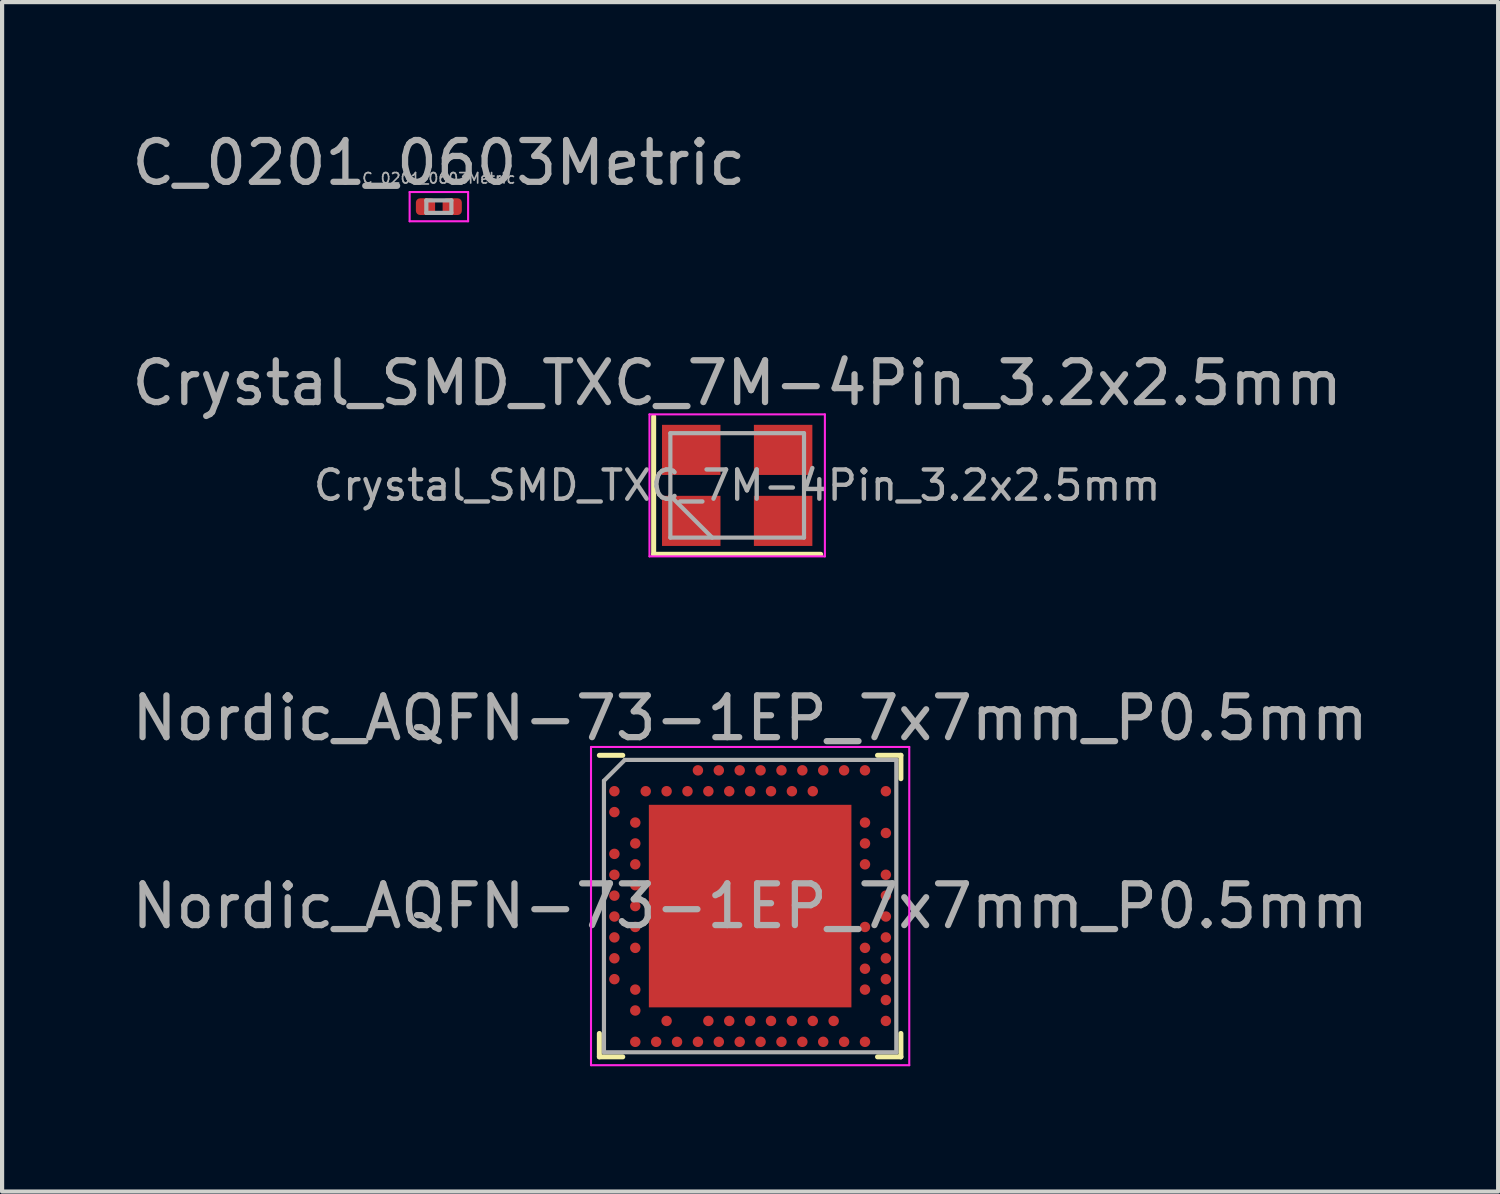
<source format=kicad_pcb>
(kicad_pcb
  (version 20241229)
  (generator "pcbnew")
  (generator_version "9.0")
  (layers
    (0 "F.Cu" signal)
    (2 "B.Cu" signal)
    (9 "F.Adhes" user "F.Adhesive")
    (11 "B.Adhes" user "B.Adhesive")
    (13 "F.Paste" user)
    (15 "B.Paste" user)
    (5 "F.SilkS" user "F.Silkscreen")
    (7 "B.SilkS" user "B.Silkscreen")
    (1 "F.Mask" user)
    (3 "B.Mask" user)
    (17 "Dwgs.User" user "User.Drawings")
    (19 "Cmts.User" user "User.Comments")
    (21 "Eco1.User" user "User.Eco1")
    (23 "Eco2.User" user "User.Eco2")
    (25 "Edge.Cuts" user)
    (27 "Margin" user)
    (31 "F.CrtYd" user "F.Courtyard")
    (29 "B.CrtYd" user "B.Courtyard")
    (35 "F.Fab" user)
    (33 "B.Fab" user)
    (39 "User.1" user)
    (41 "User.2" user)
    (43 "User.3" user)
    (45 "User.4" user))
  (footprint "Nordic_AQFN-73-1EP_7x7mm_P0.5mm"
    (layer "F.Cu")
    (at 14.911 18.645)
    (property "Reference" "Nordic_AQFN-73-1EP_7x7mm_P0.5mm" (at 0 -4.5 0) (layer "F.Fab") (effects (font (size 1 1) (thickness 0.15))))
    (attr smd)
    (fp_line (start -3.61 -3.61) (end -3.05 -3.61) (stroke (width 0.12) (type solid)) (layer "F.SilkS"))
    (fp_line (start -3.61 3.61) (end -3.61 3.05) (stroke (width 0.12) (type solid)) (layer "F.SilkS"))
    (fp_line (start -3.61 3.61) (end -3.05 3.61) (stroke (width 0.12) (type solid)) (layer "F.SilkS"))
    (fp_line (start 3.61 -3.61) (end 3.05 -3.61) (stroke (width 0.12) (type solid)) (layer "F.SilkS"))
    (fp_line (start 3.61 -3.61) (end 3.61 -3.05) (stroke (width 0.12) (type solid)) (layer "F.SilkS"))
    (fp_line (start 3.61 3.61) (end 3.05 3.61) (stroke (width 0.12) (type solid)) (layer "F.SilkS"))
    (fp_line (start 3.61 3.61) (end 3.61 3.05) (stroke (width 0.12) (type solid)) (layer "F.SilkS"))
    (fp_line (start -3.81 -3.81) (end 3.81 -3.81) (stroke (width 0.05) (type solid)) (layer "F.CrtYd"))
    (fp_line (start -3.81 3.81) (end -3.81 -3.81) (stroke (width 0.05) (type solid)) (layer "F.CrtYd"))
    (fp_line (start 3.81 -3.81) (end 3.81 3.81) (stroke (width 0.05) (type solid)) (layer "F.CrtYd"))
    (fp_line (start 3.81 3.81) (end -3.81 3.81) (stroke (width 0.05) (type solid)) (layer "F.CrtYd"))
    (fp_line (start -3.5 -3) (end -3.5 3.5) (stroke (width 0.1) (type solid)) (layer "F.Fab"))
    (fp_line (start -3.5 -3) (end -3 -3.5) (stroke (width 0.1) (type solid)) (layer "F.Fab"))
    (fp_line (start -3.5 3.5) (end 3.5 3.5) (stroke (width 0.1) (type solid)) (layer "F.Fab"))
    (fp_line (start -3 -3.5) (end 3.5 -3.5) (stroke (width 0.1) (type solid)) (layer "F.Fab"))
    (fp_line (start 3.5 -3.5) (end 3.5 3.5) (stroke (width 0.1) (type solid)) (layer "F.Fab"))
    (fp_text user "${REFERENCE}" (at 0 0 0) (layer "F.Fab") (effects (font (size 1 1) (thickness 0.15))))
    (pad "" smd rect (at -1.212 -1.212 180) (size 2 2) (layers "F.Paste"))
    (pad "" smd rect (at -1.212 1.212 180) (size 2 2) (layers "F.Paste"))
    (pad "" smd rect (at 1.212 -1.212 180) (size 2 2) (layers "F.Paste"))
    (pad "" smd rect (at 1.212 1.212 180) (size 2 2) (layers "F.Paste"))
    (pad "A8" smd circle (at -1.25 -3.25 180) (size 0.25 0.25) (layers "F.Cu" "F.Mask" "F.Paste"))
    (pad "A10" smd circle (at -0.75 -3.25 180) (size 0.25 0.25) (layers "F.Cu" "F.Mask" "F.Paste"))
    (pad "A12" smd circle (at -0.25 -3.25 180) (size 0.25 0.25) (layers "F.Cu" "F.Mask" "F.Paste"))
    (pad "A14" smd circle (at 0.25 -3.25 180) (size 0.25 0.25) (layers "F.Cu" "F.Mask" "F.Paste"))
    (pad "A16" smd circle (at 0.75 -3.25 180) (size 0.25 0.25) (layers "F.Cu" "F.Mask" "F.Paste"))
    (pad "A18" smd circle (at 1.25 -3.25 180) (size 0.25 0.25) (layers "F.Cu" "F.Mask" "F.Paste"))
    (pad "A20" smd circle (at 1.75 -3.25 180) (size 0.25 0.25) (layers "F.Cu" "F.Mask" "F.Paste"))
    (pad "A22" smd circle (at 2.25 -3.25 180) (size 0.25 0.25) (layers "F.Cu" "F.Mask" "F.Paste"))
    (pad "A23" smd circle (at 2.75 -3.25 180) (size 0.25 0.25) (layers "F.Cu" "F.Mask" "F.Paste"))
    (pad "AA24" smd circle (at 3.25 2.25 180) (size 0.25 0.25) (layers "F.Cu" "F.Mask" "F.Paste"))
    (pad "AB2" smd circle (at -2.75 2.5 180) (size 0.25 0.25) (layers "F.Cu" "F.Mask" "F.Paste"))
    (pad "AC5" smd circle (at -2 2.75 180) (size 0.25 0.25) (layers "F.Cu" "F.Mask" "F.Paste"))
    (pad "AC9" smd circle (at -1 2.75 180) (size 0.25 0.25) (layers "F.Cu" "F.Mask" "F.Paste"))
    (pad "AC11" smd circle (at -0.5 2.75 180) (size 0.25 0.25) (layers "F.Cu" "F.Mask" "F.Paste"))
    (pad "AC13" smd circle (at 0 2.75 180) (size 0.25 0.25) (layers "F.Cu" "F.Mask" "F.Paste"))
    (pad "AC15" smd circle (at 0.5 2.75 180) (size 0.25 0.25) (layers "F.Cu" "F.Mask" "F.Paste"))
    (pad "AC17" smd circle (at 1 2.75 180) (size 0.25 0.25) (layers "F.Cu" "F.Mask" "F.Paste"))
    (pad "AC19" smd circle (at 1.5 2.75 180) (size 0.25 0.25) (layers "F.Cu" "F.Mask" "F.Paste"))
    (pad "AC21" smd circle (at 2 2.75 180) (size 0.25 0.25) (layers "F.Cu" "F.Mask" "F.Paste"))
    (pad "AC24" smd circle (at 3.25 2.75 180) (size 0.25 0.25) (layers "F.Cu" "F.Mask" "F.Paste"))
    (pad "AD2" smd circle (at -2.75 3.25 180) (size 0.25 0.25) (layers "F.Cu" "F.Mask" "F.Paste"))
    (pad "AD4" smd circle (at -2.25 3.25 180) (size 0.25 0.25) (layers "F.Cu" "F.Mask" "F.Paste"))
    (pad "AD6" smd circle (at -1.75 3.25 180) (size 0.25 0.25) (layers "F.Cu" "F.Mask" "F.Paste"))
    (pad "AD8" smd circle (at -1.25 3.25 180) (size 0.25 0.25) (layers "F.Cu" "F.Mask" "F.Paste"))
    (pad "AD10" smd circle (at -0.75 3.25 180) (size 0.25 0.25) (layers "F.Cu" "F.Mask" "F.Paste"))
    (pad "AD12" smd circle (at -0.25 3.25 180) (size 0.25 0.25) (layers "F.Cu" "F.Mask" "F.Paste"))
    (pad "AD14" smd circle (at 0.25 3.25 180) (size 0.25 0.25) (layers "F.Cu" "F.Mask" "F.Paste"))
    (pad "AD16" smd circle (at 0.75 3.25 180) (size 0.25 0.25) (layers "F.Cu" "F.Mask" "F.Paste"))
    (pad "AD18" smd circle (at 1.25 3.25 180) (size 0.25 0.25) (layers "F.Cu" "F.Mask" "F.Paste"))
    (pad "AD20" smd circle (at 1.75 3.25 180) (size 0.25 0.25) (layers "F.Cu" "F.Mask" "F.Paste"))
    (pad "AD22" smd circle (at 2.25 3.25 180) (size 0.25 0.25) (layers "F.Cu" "F.Mask" "F.Paste"))
    (pad "AD23" smd circle (at 2.75 3.25 180) (size 0.25 0.25) (layers "F.Cu" "F.Mask" "F.Paste"))
    (pad "B1" smd circle (at -3.25 -2.75 180) (size 0.25 0.25) (layers "F.Cu" "F.Mask" "F.Paste"))
    (pad "B3" smd circle (at -2.5 -2.75 180) (size 0.25 0.25) (layers "F.Cu" "F.Mask" "F.Paste"))
    (pad "B5" smd circle (at -2 -2.75 180) (size 0.25 0.25) (layers "F.Cu" "F.Mask" "F.Paste"))
    (pad "B7" smd circle (at -1.5 -2.75 180) (size 0.25 0.25) (layers "F.Cu" "F.Mask" "F.Paste"))
    (pad "B9" smd circle (at -1 -2.75 180) (size 0.25 0.25) (layers "F.Cu" "F.Mask" "F.Paste"))
    (pad "B11" smd circle (at -0.5 -2.75 180) (size 0.25 0.25) (layers "F.Cu" "F.Mask" "F.Paste"))
    (pad "B13" smd circle (at 0 -2.75 180) (size 0.25 0.25) (layers "F.Cu" "F.Mask" "F.Paste"))
    (pad "B15" smd circle (at 0.5 -2.75 180) (size 0.25 0.25) (layers "F.Cu" "F.Mask" "F.Paste"))
    (pad "B17" smd circle (at 1 -2.75 180) (size 0.25 0.25) (layers "F.Cu" "F.Mask" "F.Paste"))
    (pad "B19" smd circle (at 1.5 -2.75 180) (size 0.25 0.25) (layers "F.Cu" "F.Mask" "F.Paste"))
    (pad "B24" smd circle (at 3.25 -2.75 180) (size 0.25 0.25) (layers "F.Cu" "F.Mask" "F.Paste"))
    (pad "C1" smd circle (at -3.25 -2.25 180) (size 0.25 0.25) (layers "F.Cu" "F.Mask" "F.Paste"))
    (pad "D2" smd circle (at -2.75 -2 180) (size 0.25 0.25) (layers "F.Cu" "F.Mask" "F.Paste"))
    (pad "D23" smd circle (at 2.75 -2 180) (size 0.25 0.25) (layers "F.Cu" "F.Mask" "F.Paste"))
    (pad "E24" smd circle (at 3.25 -1.75 180) (size 0.25 0.25) (layers "F.Cu" "F.Mask" "F.Paste"))
    (pad "EP" smd rect (at 0 0 180) (size 4.85 4.85) (layers "F.Cu" "F.Mask"))
    (pad "F2" smd circle (at -2.75 -1.5 180) (size 0.25 0.25) (layers "F.Cu" "F.Mask" "F.Paste"))
    (pad "F23" smd circle (at 2.75 -1.5 180) (size 0.25 0.25) (layers "F.Cu" "F.Mask" "F.Paste"))
    (pad "G1" smd circle (at -3.25 -1.25 180) (size 0.25 0.25) (layers "F.Cu" "F.Mask" "F.Paste"))
    (pad "H2" smd circle (at -2.75 -1 180) (size 0.25 0.25) (layers "F.Cu" "F.Mask" "F.Paste"))
    (pad "H23" smd circle (at 2.75 -1 180) (size 0.25 0.25) (layers "F.Cu" "F.Mask" "F.Paste"))
    (pad "J1" smd circle (at -3.25 -0.75 180) (size 0.25 0.25) (layers "F.Cu" "F.Mask" "F.Paste"))
    (pad "J24" smd circle (at 3.25 -0.75 180) (size 0.25 0.25) (layers "F.Cu" "F.Mask" "F.Paste"))
    (pad "K2" smd circle (at -2.75 -0.5 180) (size 0.25 0.25) (layers "F.Cu" "F.Mask" "F.Paste"))
    (pad "L1" smd circle (at -3.25 -0.25 180) (size 0.25 0.25) (layers "F.Cu" "F.Mask" "F.Paste"))
    (pad "L24" smd circle (at 3.25 -0.25 180) (size 0.25 0.25) (layers "F.Cu" "F.Mask" "F.Paste"))
    (pad "M2" smd circle (at -2.75 0 180) (size 0.25 0.25) (layers "F.Cu" "F.Mask" "F.Paste"))
    (pad "N1" smd circle (at -3.25 0.25 180) (size 0.25 0.25) (layers "F.Cu" "F.Mask" "F.Paste"))
    (pad "N24" smd circle (at 3.25 0.25 180) (size 0.25 0.25) (layers "F.Cu" "F.Mask" "F.Paste"))
    (pad "P2" smd circle (at -2.75 0.5 180) (size 0.25 0.25) (layers "F.Cu" "F.Mask" "F.Paste"))
    (pad "P23" smd circle (at 2.75 0.5 180) (size 0.25 0.25) (layers "F.Cu" "F.Mask" "F.Paste"))
    (pad "R1" smd circle (at -3.25 0.75 180) (size 0.25 0.25) (layers "F.Cu" "F.Mask" "F.Paste"))
    (pad "R24" smd circle (at 3.25 0.75 180) (size 0.25 0.25) (layers "F.Cu" "F.Mask" "F.Paste"))
    (pad "T2" smd circle (at -2.75 1 180) (size 0.25 0.25) (layers "F.Cu" "F.Mask" "F.Paste"))
    (pad "T23" smd circle (at 2.75 1 180) (size 0.25 0.25) (layers "F.Cu" "F.Mask" "F.Paste"))
    (pad "U1" smd circle (at -3.25 1.25 180) (size 0.25 0.25) (layers "F.Cu" "F.Mask" "F.Paste"))
    (pad "U24" smd circle (at 3.25 1.25 180) (size 0.25 0.25) (layers "F.Cu" "F.Mask" "F.Paste"))
    (pad "V23" smd circle (at 2.75 1.5 180) (size 0.25 0.25) (layers "F.Cu" "F.Mask" "F.Paste"))
    (pad "W1" smd circle (at -3.25 1.75 180) (size 0.25 0.25) (layers "F.Cu" "F.Mask" "F.Paste"))
    (pad "W24" smd circle (at 3.25 1.75 180) (size 0.25 0.25) (layers "F.Cu" "F.Mask" "F.Paste"))
    (pad "Y2" smd circle (at -2.75 2 180) (size 0.25 0.25) (layers "F.Cu" "F.Mask" "F.Paste"))
    (pad "Y23" smd circle (at 2.75 2 180) (size 0.25 0.25) (layers "F.Cu" "F.Mask" "F.Paste")))
  (footprint "C_0201_0603Metric"
    (layer "F.Cu")
    (at 7.458 1.898)
    (property "Reference" "C_0201_0603Metric" (at 0 -1.05 0) (layer "F.Fab") (effects (font (size 1 1) (thickness 0.15))))
    (attr smd)
    (fp_line (start -0.7 -0.35) (end 0.7 -0.35) (stroke (width 0.05) (type solid)) (layer "F.CrtYd"))
    (fp_line (start -0.7 0.35) (end -0.7 -0.35) (stroke (width 0.05) (type solid)) (layer "F.CrtYd"))
    (fp_line (start 0.7 -0.35) (end 0.7 0.35) (stroke (width 0.05) (type solid)) (layer "F.CrtYd"))
    (fp_line (start 0.7 0.35) (end -0.7 0.35) (stroke (width 0.05) (type solid)) (layer "F.CrtYd"))
    (fp_line (start -0.3 -0.15) (end 0.3 -0.15) (stroke (width 0.1) (type solid)) (layer "F.Fab"))
    (fp_line (start -0.3 0.15) (end -0.3 -0.15) (stroke (width 0.1) (type solid)) (layer "F.Fab"))
    (fp_line (start 0.3 -0.15) (end 0.3 0.15) (stroke (width 0.1) (type solid)) (layer "F.Fab"))
    (fp_line (start 0.3 0.15) (end -0.3 0.15) (stroke (width 0.1) (type solid)) (layer "F.Fab"))
    (fp_text user "${REFERENCE}" (at 0 -0.68 0) (layer "F.Fab") (effects (font (size 0.25 0.25) (thickness 0.04))))
    (pad "" smd roundrect (at -0.345 0) (size 0.318 0.36) (layers "F.Paste") (roundrect_rratio 0.25))
    (pad "" smd roundrect (at 0.345 0) (size 0.318 0.36) (layers "F.Paste") (roundrect_rratio 0.25))
    (pad "1" smd roundrect (at -0.32 0) (size 0.46 0.4) (layers "F.Cu" "F.Mask") (roundrect_rratio 0.25))
    (pad "2" smd roundrect (at 0.32 0) (size 0.46 0.4) (layers "F.Cu" "F.Mask") (roundrect_rratio 0.25)))
  (footprint "Crystal_SMD_TXC_7M-4Pin_3.2x2.5mm"
    (layer "F.Cu")
    (at 14.601 8.572)
    (property "Reference" "Crystal_SMD_TXC_7M-4Pin_3.2x2.5mm" (at 0 -2.45 0) (layer "F.Fab") (effects (font (size 1 1) (thickness 0.15))))
    (attr smd)
    (fp_line (start -2 -1.65) (end -2 1.65) (stroke (width 0.12) (type solid)) (layer "F.SilkS"))
    (fp_line (start -2 1.65) (end 2 1.65) (stroke (width 0.12) (type solid)) (layer "F.SilkS"))
    (fp_line (start -2.1 -1.7) (end -2.1 1.7) (stroke (width 0.05) (type solid)) (layer "F.CrtYd"))
    (fp_line (start -2.1 1.7) (end 2.1 1.7) (stroke (width 0.05) (type solid)) (layer "F.CrtYd"))
    (fp_line (start 2.1 -1.7) (end -2.1 -1.7) (stroke (width 0.05) (type solid)) (layer "F.CrtYd"))
    (fp_line (start 2.1 1.7) (end 2.1 -1.7) (stroke (width 0.05) (type solid)) (layer "F.CrtYd"))
    (fp_line (start -1.6 -1.25) (end -1.6 1.25) (stroke (width 0.1) (type solid)) (layer "F.Fab"))
    (fp_line (start -1.6 0.25) (end -0.6 1.25) (stroke (width 0.1) (type solid)) (layer "F.Fab"))
    (fp_line (start -1.6 1.25) (end 1.6 1.25) (stroke (width 0.1) (type solid)) (layer "F.Fab"))
    (fp_line (start 1.6 -1.25) (end -1.6 -1.25) (stroke (width 0.1) (type solid)) (layer "F.Fab"))
    (fp_line (start 1.6 1.25) (end 1.6 -1.25) (stroke (width 0.1) (type solid)) (layer "F.Fab"))
    (fp_text user "${REFERENCE}" (at 0 0 0) (layer "F.Fab") (effects (font (size 0.7 0.7) (thickness 0.105))))
    (pad "1" smd rect (at -1.1 0.85) (size 1.4 1.2) (layers "F.Cu" "F.Mask" "F.Paste"))
    (pad "2" smd rect (at 1.1 0.85) (size 1.4 1.2) (layers "F.Cu" "F.Mask" "F.Paste"))
    (pad "3" smd rect (at 1.1 -0.85) (size 1.4 1.2) (layers "F.Cu" "F.Mask" "F.Paste"))
    (pad "4" smd rect (at -1.1 -0.85) (size 1.4 1.2) (layers "F.Cu" "F.Mask" "F.Paste")))
  (gr_rect
    (start -3 -3)
    (end 32.821 25.48)
    (stroke (width 0.1) (type default))
    (fill no)
    (layer "Edge.Cuts")))
</source>
